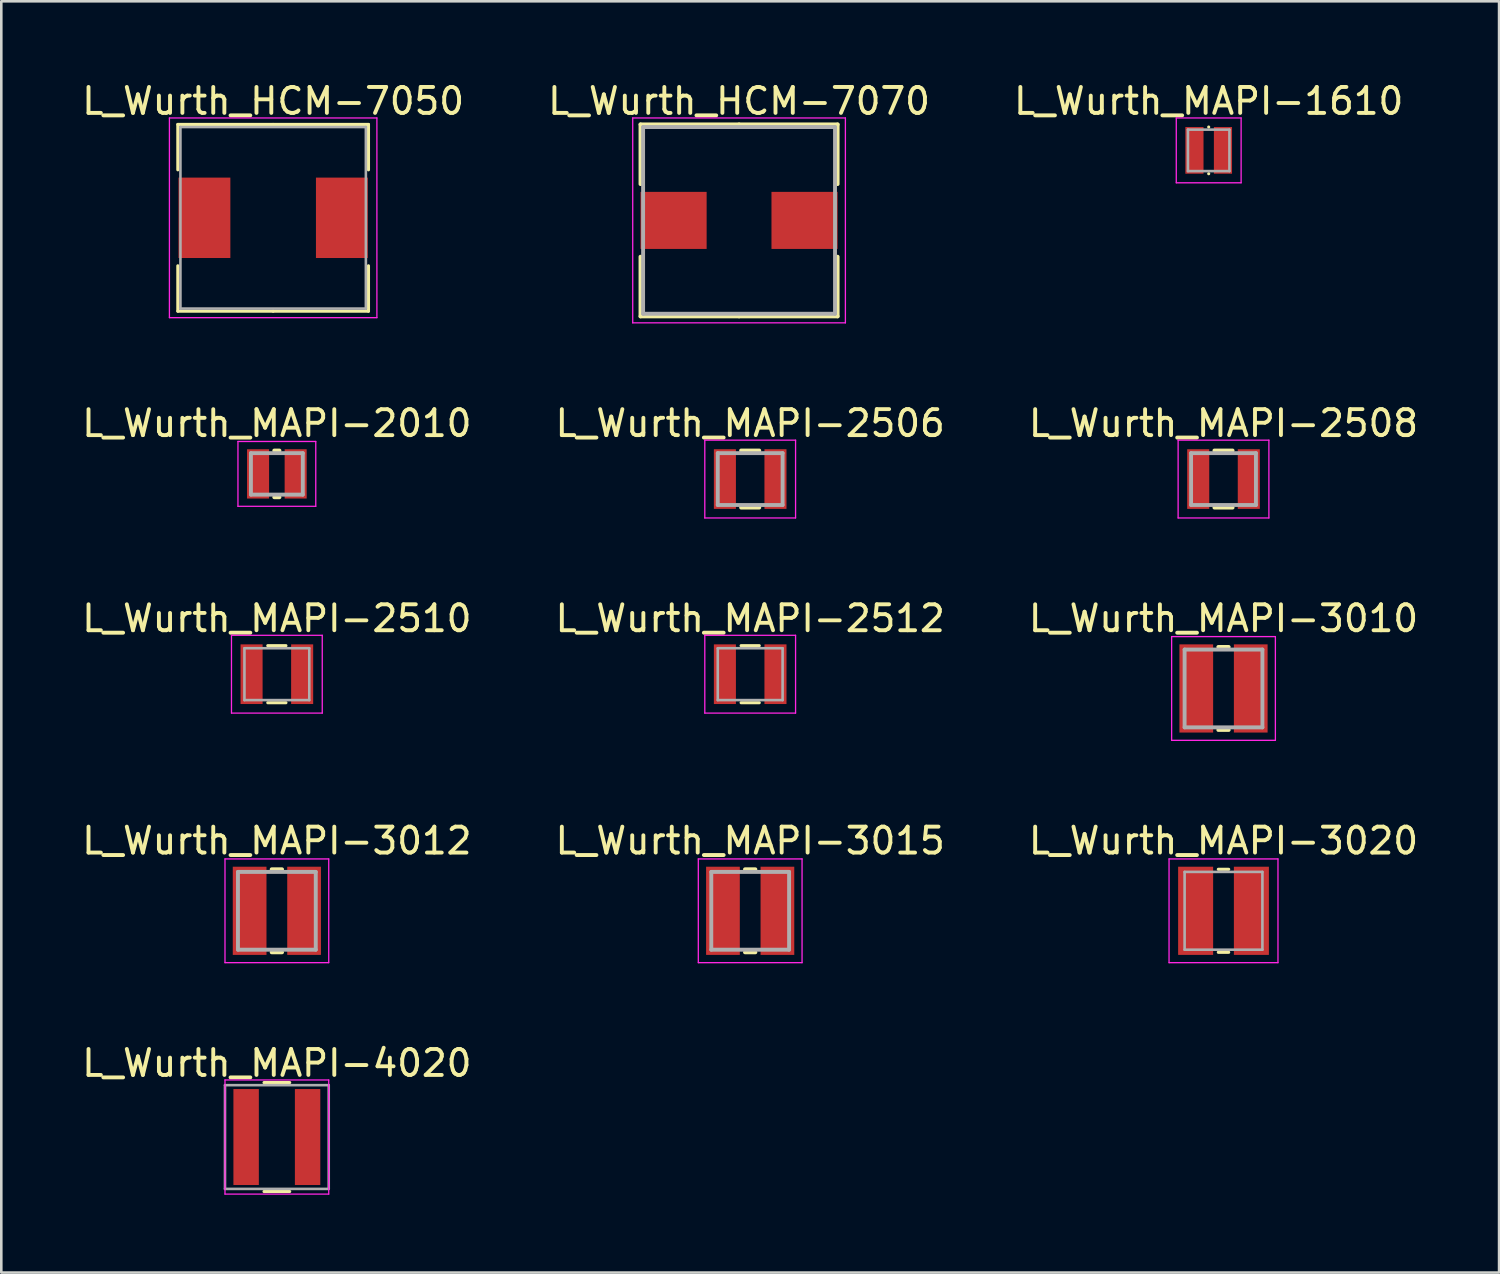
<source format=kicad_pcb>
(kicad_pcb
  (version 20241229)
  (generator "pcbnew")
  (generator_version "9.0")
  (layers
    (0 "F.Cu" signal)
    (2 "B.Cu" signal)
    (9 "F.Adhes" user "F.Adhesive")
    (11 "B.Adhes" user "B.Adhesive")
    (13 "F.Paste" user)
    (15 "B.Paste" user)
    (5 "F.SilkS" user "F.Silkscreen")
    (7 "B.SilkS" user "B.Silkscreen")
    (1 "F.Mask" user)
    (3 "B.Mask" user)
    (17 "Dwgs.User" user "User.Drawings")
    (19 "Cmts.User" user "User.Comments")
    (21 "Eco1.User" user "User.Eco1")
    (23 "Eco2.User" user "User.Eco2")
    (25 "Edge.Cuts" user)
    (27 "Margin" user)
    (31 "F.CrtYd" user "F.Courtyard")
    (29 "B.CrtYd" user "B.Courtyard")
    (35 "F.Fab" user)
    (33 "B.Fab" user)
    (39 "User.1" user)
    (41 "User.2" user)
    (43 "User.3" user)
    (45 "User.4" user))
  (footprint "L_Wurth_MAPI-2512"
    (layer "F.Cu")
    (at 25.875 22.945)
    (property "Reference" "L_Wurth_MAPI-2512" (at 0 -2.15 0) (layer "F.SilkS") (effects (font (size 1 1) (thickness 0.15))))
    (attr smd)
    (fp_line (start -0.35 -1.1) (end 0.35 -1.1) (stroke (width 0.12) (type solid)) (layer "F.SilkS"))
    (fp_line (start -0.35 1.1) (end 0.35 1.1) (stroke (width 0.12) (type solid)) (layer "F.SilkS"))
    (fp_line (start -1.75 -1.5) (end -1.75 1.5) (stroke (width 0.05) (type solid)) (layer "F.CrtYd"))
    (fp_line (start -1.75 1.5) (end 1.75 1.5) (stroke (width 0.05) (type solid)) (layer "F.CrtYd"))
    (fp_line (start 1.75 -1.5) (end -1.75 -1.5) (stroke (width 0.05) (type solid)) (layer "F.CrtYd"))
    (fp_line (start 1.75 1.5) (end 1.75 -1.5) (stroke (width 0.05) (type solid)) (layer "F.CrtYd"))
    (fp_line (start -1.25 -1) (end -1.25 1) (stroke (width 0.1) (type solid)) (layer "F.Fab"))
    (fp_line (start -1.25 1) (end 1.25 1) (stroke (width 0.1) (type solid)) (layer "F.Fab"))
    (fp_line (start 1.25 -1) (end -1.25 -1) (stroke (width 0.1) (type solid)) (layer "F.Fab"))
    (fp_line (start 1.25 1) (end 1.25 -1) (stroke (width 0.1) (type solid)) (layer "F.Fab"))
    (pad "1" smd rect (at -0.975 0) (size 0.85 2.3) (layers "F.Cu" "F.Mask" "F.Paste"))
    (pad "2" smd rect (at 0.975 0) (size 0.85 2.3) (layers "F.Cu" "F.Mask" "F.Paste")))
  (footprint "L_Wurth_MAPI-1610"
    (layer "F.Cu")
    (at 43.554 2.748)
    (property "Reference" "L_Wurth_MAPI-1610" (at 0 -1.9 0) (layer "F.SilkS") (effects (font (size 1 1) (thickness 0.15))))
    (attr smd)
    (fp_line (start 0 -0.9) (end 0 -0.9) (stroke (width 0.12) (type solid)) (layer "F.SilkS"))
    (fp_line (start 0 0.9) (end 0 0.9) (stroke (width 0.12) (type solid)) (layer "F.SilkS"))
    (fp_line (start -1.25 -1.25) (end -1.25 1.25) (stroke (width 0.05) (type solid)) (layer "F.CrtYd"))
    (fp_line (start -1.25 1.25) (end 1.25 1.25) (stroke (width 0.05) (type solid)) (layer "F.CrtYd"))
    (fp_line (start 1.25 -1.25) (end -1.25 -1.25) (stroke (width 0.05) (type solid)) (layer "F.CrtYd"))
    (fp_line (start 1.25 1.25) (end 1.25 -1.25) (stroke (width 0.05) (type solid)) (layer "F.CrtYd"))
    (fp_line (start -0.8 -0.8) (end -0.8 0.8) (stroke (width 0.1) (type solid)) (layer "F.Fab"))
    (fp_line (start -0.8 0.8) (end 0.8 0.8) (stroke (width 0.1) (type solid)) (layer "F.Fab"))
    (fp_line (start 0.8 -0.8) (end -0.8 -0.8) (stroke (width 0.1) (type solid)) (layer "F.Fab"))
    (fp_line (start 0.8 0.8) (end 0.8 -0.8) (stroke (width 0.1) (type solid)) (layer "F.Fab"))
    (pad "1" smd rect (at -0.55 0) (size 0.7 1.8) (layers "F.Cu" "F.Mask" "F.Paste"))
    (pad "2" smd rect (at 0.55 0) (size 0.7 1.8) (layers "F.Cu" "F.Mask" "F.Paste")))
  (footprint "L_Wurth_MAPI-3012"
    (layer "F.Cu")
    (at 7.625 32.068)
    (property "Reference" "L_Wurth_MAPI-3012" (at 0 -2.7 0) (layer "F.SilkS") (effects (font (size 1 1) (thickness 0.15))))
    (attr smd)
    (fp_line (start -0.2 -1.6) (end 0.2 -1.6) (stroke (width 0.15) (type solid)) (layer "F.SilkS"))
    (fp_line (start -0.2 1.6) (end 0.2 1.6) (stroke (width 0.15) (type solid)) (layer "F.SilkS"))
    (fp_line (start -2 -2) (end -2 2) (stroke (width 0.05) (type solid)) (layer "F.CrtYd"))
    (fp_line (start -2 2) (end 2 2) (stroke (width 0.05) (type solid)) (layer "F.CrtYd"))
    (fp_line (start 2 -2) (end -2 -2) (stroke (width 0.05) (type solid)) (layer "F.CrtYd"))
    (fp_line (start 2 2) (end 2 -2) (stroke (width 0.05) (type solid)) (layer "F.CrtYd"))
    (fp_line (start -1.5 -1.5) (end -1.5 1.5) (stroke (width 0.15) (type solid)) (layer "F.Fab"))
    (fp_line (start -1.5 1.5) (end 1.5 1.5) (stroke (width 0.15) (type solid)) (layer "F.Fab"))
    (fp_line (start 1.5 -1.5) (end -1.5 -1.5) (stroke (width 0.15) (type solid)) (layer "F.Fab"))
    (fp_line (start 1.5 1.5) (end 1.5 -1.5) (stroke (width 0.15) (type solid)) (layer "F.Fab"))
    (pad "1" smd rect (at -1.05 0) (size 1.3 3.4) (layers "F.Cu" "F.Mask" "F.Paste"))
    (pad "2" smd rect (at 1.05 0) (size 1.3 3.4) (layers "F.Cu" "F.Mask" "F.Paste")))
  (footprint "L_Wurth_MAPI-2010"
    (layer "F.Cu")
    (at 7.625 15.222)
    (property "Reference" "L_Wurth_MAPI-2010" (at 0 -1.95 0) (layer "F.SilkS") (effects (font (size 1 1) (thickness 0.15))))
    (attr smd)
    (fp_line (start -0.1 -0.9) (end 0.1 -0.9) (stroke (width 0.15) (type solid)) (layer "F.SilkS"))
    (fp_line (start -0.1 0.9) (end 0.1 0.9) (stroke (width 0.15) (type solid)) (layer "F.SilkS"))
    (fp_line (start -1.5 -1.25) (end -1.5 1.25) (stroke (width 0.05) (type solid)) (layer "F.CrtYd"))
    (fp_line (start -1.5 1.25) (end 1.5 1.25) (stroke (width 0.05) (type solid)) (layer "F.CrtYd"))
    (fp_line (start 1.5 -1.25) (end -1.5 -1.25) (stroke (width 0.05) (type solid)) (layer "F.CrtYd"))
    (fp_line (start 1.5 1.25) (end 1.5 -1.25) (stroke (width 0.05) (type solid)) (layer "F.CrtYd"))
    (fp_line (start -1 -0.8) (end -1 0.8) (stroke (width 0.15) (type solid)) (layer "F.Fab"))
    (fp_line (start -1 0.8) (end 1 0.8) (stroke (width 0.15) (type solid)) (layer "F.Fab"))
    (fp_line (start 1 -0.8) (end -1 -0.8) (stroke (width 0.15) (type solid)) (layer "F.Fab"))
    (fp_line (start 1 0.8) (end 1 -0.8) (stroke (width 0.15) (type solid)) (layer "F.Fab"))
    (pad "1" smd rect (at -0.725 0) (size 0.85 1.9) (layers "F.Cu" "F.Mask" "F.Paste"))
    (pad "2" smd rect (at 0.725 0) (size 0.85 1.9) (layers "F.Cu" "F.Mask" "F.Paste")))
  (footprint "L_Wurth_MAPI-2506"
    (layer "F.Cu")
    (at 25.875 15.421)
    (property "Reference" "L_Wurth_MAPI-2506" (at 0 -2.15 0) (layer "F.SilkS") (effects (font (size 1 1) (thickness 0.15))))
    (attr smd)
    (fp_line (start -0.35 -1.1) (end 0.35 -1.1) (stroke (width 0.15) (type solid)) (layer "F.SilkS"))
    (fp_line (start -0.35 1.1) (end 0.35 1.1) (stroke (width 0.15) (type solid)) (layer "F.SilkS"))
    (fp_line (start -1.75 -1.5) (end -1.75 1.5) (stroke (width 0.05) (type solid)) (layer "F.CrtYd"))
    (fp_line (start -1.75 1.5) (end 1.75 1.5) (stroke (width 0.05) (type solid)) (layer "F.CrtYd"))
    (fp_line (start 1.75 -1.5) (end -1.75 -1.5) (stroke (width 0.05) (type solid)) (layer "F.CrtYd"))
    (fp_line (start 1.75 1.5) (end 1.75 -1.5) (stroke (width 0.05) (type solid)) (layer "F.CrtYd"))
    (fp_line (start -1.25 -1) (end -1.25 1) (stroke (width 0.15) (type solid)) (layer "F.Fab"))
    (fp_line (start -1.25 1) (end 1.25 1) (stroke (width 0.15) (type solid)) (layer "F.Fab"))
    (fp_line (start 1.25 -1) (end -1.25 -1) (stroke (width 0.15) (type solid)) (layer "F.Fab"))
    (fp_line (start 1.25 1) (end 1.25 -1) (stroke (width 0.15) (type solid)) (layer "F.Fab"))
    (pad "1" smd rect (at -0.975 0) (size 0.85 2.3) (layers "F.Cu" "F.Mask" "F.Paste"))
    (pad "2" smd rect (at 0.975 0) (size 0.85 2.3) (layers "F.Cu" "F.Mask" "F.Paste")))
  (footprint "L_Wurth_MAPI-3010"
    (layer "F.Cu")
    (at 44.125 23.495)
    (property "Reference" "L_Wurth_MAPI-3010" (at 0 -2.7 0) (layer "F.SilkS") (effects (font (size 1 1) (thickness 0.15))))
    (attr smd)
    (fp_line (start -0.2 -1.6) (end 0.2 -1.6) (stroke (width 0.15) (type solid)) (layer "F.SilkS"))
    (fp_line (start -0.2 1.6) (end 0.2 1.6) (stroke (width 0.15) (type solid)) (layer "F.SilkS"))
    (fp_line (start -2 -2) (end -2 2) (stroke (width 0.05) (type solid)) (layer "F.CrtYd"))
    (fp_line (start -2 2) (end 2 2) (stroke (width 0.05) (type solid)) (layer "F.CrtYd"))
    (fp_line (start 2 -2) (end -2 -2) (stroke (width 0.05) (type solid)) (layer "F.CrtYd"))
    (fp_line (start 2 2) (end 2 -2) (stroke (width 0.05) (type solid)) (layer "F.CrtYd"))
    (fp_line (start -1.5 -1.5) (end -1.5 1.5) (stroke (width 0.15) (type solid)) (layer "F.Fab"))
    (fp_line (start -1.5 1.5) (end 1.5 1.5) (stroke (width 0.15) (type solid)) (layer "F.Fab"))
    (fp_line (start 1.5 -1.5) (end -1.5 -1.5) (stroke (width 0.15) (type solid)) (layer "F.Fab"))
    (fp_line (start 1.5 1.5) (end 1.5 -1.5) (stroke (width 0.15) (type solid)) (layer "F.Fab"))
    (pad "1" smd rect (at -1.05 0) (size 1.3 3.4) (layers "F.Cu" "F.Mask" "F.Paste"))
    (pad "2" smd rect (at 1.05 0) (size 1.3 3.4) (layers "F.Cu" "F.Mask" "F.Paste")))
  (footprint "L_Wurth_HCM-7050"
    (layer "F.Cu")
    (at 7.482 5.348)
    (property "Reference" "L_Wurth_HCM-7050" (at 0 -4.5 0) (layer "F.SilkS") (effects (font (size 1 1) (thickness 0.15))))
    (attr smd)
    (fp_line (start -3.675 -3.6) (end 0 -3.6) (stroke (width 0.12) (type solid)) (layer "F.SilkS"))
    (fp_line (start -3.675 -1.85) (end -3.675 -3.6) (stroke (width 0.12) (type solid)) (layer "F.SilkS"))
    (fp_line (start -3.675 1.85) (end -3.675 3.6) (stroke (width 0.12) (type solid)) (layer "F.SilkS"))
    (fp_line (start -3.675 3.6) (end 0 3.6) (stroke (width 0.12) (type solid)) (layer "F.SilkS"))
    (fp_line (start 3.675 -3.6) (end 0 -3.6) (stroke (width 0.12) (type solid)) (layer "F.SilkS"))
    (fp_line (start 3.675 -1.85) (end 3.675 -3.6) (stroke (width 0.12) (type solid)) (layer "F.SilkS"))
    (fp_line (start 3.675 1.85) (end 3.675 3.6) (stroke (width 0.12) (type solid)) (layer "F.SilkS"))
    (fp_line (start 3.675 3.6) (end 0 3.6) (stroke (width 0.12) (type solid)) (layer "F.SilkS"))
    (fp_line (start -4 -3.85) (end -4 3.85) (stroke (width 0.05) (type solid)) (layer "F.CrtYd"))
    (fp_line (start -4 3.85) (end 4 3.85) (stroke (width 0.05) (type solid)) (layer "F.CrtYd"))
    (fp_line (start 4 -3.85) (end -4 -3.85) (stroke (width 0.05) (type solid)) (layer "F.CrtYd"))
    (fp_line (start 4 3.85) (end 4 -3.85) (stroke (width 0.05) (type solid)) (layer "F.CrtYd"))
    (fp_line (start -3.575 -3.5) (end -3.575 3.5) (stroke (width 0.1) (type solid)) (layer "F.Fab"))
    (fp_line (start -3.575 3.5) (end 3.575 3.5) (stroke (width 0.1) (type solid)) (layer "F.Fab"))
    (fp_line (start 3.575 -3.5) (end -3.575 -3.5) (stroke (width 0.1) (type solid)) (layer "F.Fab"))
    (fp_line (start 3.575 3.5) (end 3.575 -3.5) (stroke (width 0.1) (type solid)) (layer "F.Fab"))
    (pad "1" smd rect (at -2.65 0) (size 2 3.1) (layers "F.Cu" "F.Mask" "F.Paste"))
    (pad "2" smd rect (at 2.65 0) (size 2 3.1) (layers "F.Cu" "F.Mask" "F.Paste")))
  (footprint "L_Wurth_MAPI-2508"
    (layer "F.Cu")
    (at 44.125 15.421)
    (property "Reference" "L_Wurth_MAPI-2508" (at 0 -2.15 0) (layer "F.SilkS") (effects (font (size 1 1) (thickness 0.15))))
    (attr smd)
    (fp_line (start -0.35 -1.1) (end 0.35 -1.1) (stroke (width 0.15) (type solid)) (layer "F.SilkS"))
    (fp_line (start -0.35 1.1) (end 0.35 1.1) (stroke (width 0.15) (type solid)) (layer "F.SilkS"))
    (fp_line (start -1.75 -1.5) (end -1.75 1.5) (stroke (width 0.05) (type solid)) (layer "F.CrtYd"))
    (fp_line (start -1.75 1.5) (end 1.75 1.5) (stroke (width 0.05) (type solid)) (layer "F.CrtYd"))
    (fp_line (start 1.75 -1.5) (end -1.75 -1.5) (stroke (width 0.05) (type solid)) (layer "F.CrtYd"))
    (fp_line (start 1.75 1.5) (end 1.75 -1.5) (stroke (width 0.05) (type solid)) (layer "F.CrtYd"))
    (fp_line (start -1.25 -1) (end -1.25 1) (stroke (width 0.15) (type solid)) (layer "F.Fab"))
    (fp_line (start -1.25 1) (end 1.25 1) (stroke (width 0.15) (type solid)) (layer "F.Fab"))
    (fp_line (start 1.25 -1) (end -1.25 -1) (stroke (width 0.15) (type solid)) (layer "F.Fab"))
    (fp_line (start 1.25 1) (end 1.25 -1) (stroke (width 0.15) (type solid)) (layer "F.Fab"))
    (pad "1" smd rect (at -0.975 0) (size 0.85 2.3) (layers "F.Cu" "F.Mask" "F.Paste"))
    (pad "2" smd rect (at 0.975 0) (size 0.85 2.3) (layers "F.Cu" "F.Mask" "F.Paste")))
  (footprint "L_Wurth_MAPI-4020"
    (layer "F.Cu")
    (at 7.625 40.791)
    (property "Reference" "L_Wurth_MAPI-4020" (at 0 -2.85 0) (layer "F.SilkS") (effects (font (size 1 1) (thickness 0.15))))
    (attr smd)
    (fp_line (start -0.495 -2.1) (end 0.495 -2.1) (stroke (width 0.12) (type solid)) (layer "F.SilkS"))
    (fp_line (start -0.495 2.1) (end 0.495 2.1) (stroke (width 0.12) (type solid)) (layer "F.SilkS"))
    (fp_line (start -2 -2.2) (end -2 2.2) (stroke (width 0.05) (type solid)) (layer "F.CrtYd"))
    (fp_line (start -2 2.2) (end 2 2.2) (stroke (width 0.05) (type solid)) (layer "F.CrtYd"))
    (fp_line (start 2 -2.2) (end -2 -2.2) (stroke (width 0.05) (type solid)) (layer "F.CrtYd"))
    (fp_line (start 2 2.2) (end 2 -2.2) (stroke (width 0.05) (type solid)) (layer "F.CrtYd"))
    (fp_line (start -2 -2) (end -2 2) (stroke (width 0.1) (type solid)) (layer "F.Fab"))
    (fp_line (start -2 2) (end 2 2) (stroke (width 0.1) (type solid)) (layer "F.Fab"))
    (fp_line (start 2 -2) (end -2 -2) (stroke (width 0.1) (type solid)) (layer "F.Fab"))
    (fp_line (start 2 2) (end 2 -2) (stroke (width 0.1) (type solid)) (layer "F.Fab"))
    (pad "1" smd rect (at -1.185 0) (size 0.98 3.7) (layers "F.Cu" "F.Mask" "F.Paste"))
    (pad "2" smd rect (at 1.185 0) (size 0.98 3.7) (layers "F.Cu" "F.Mask" "F.Paste")))
  (footprint "L_Wurth_MAPI-3020"
    (layer "F.Cu")
    (at 44.125 32.068)
    (property "Reference" "L_Wurth_MAPI-3020" (at 0 -2.7 0) (layer "F.SilkS") (effects (font (size 1 1) (thickness 0.15))))
    (attr smd)
    (fp_line (start -0.2 -1.6) (end 0.2 -1.6) (stroke (width 0.12) (type solid)) (layer "F.SilkS"))
    (fp_line (start -0.2 1.6) (end 0.2 1.6) (stroke (width 0.12) (type solid)) (layer "F.SilkS"))
    (fp_line (start -2.1 -2) (end -2.1 2) (stroke (width 0.05) (type solid)) (layer "F.CrtYd"))
    (fp_line (start -2.1 2) (end 2.1 2) (stroke (width 0.05) (type solid)) (layer "F.CrtYd"))
    (fp_line (start 2.1 -2) (end -2.1 -2) (stroke (width 0.05) (type solid)) (layer "F.CrtYd"))
    (fp_line (start 2.1 2) (end 2.1 -2) (stroke (width 0.05) (type solid)) (layer "F.CrtYd"))
    (fp_line (start -1.5 -1.5) (end -1.5 1.5) (stroke (width 0.1) (type solid)) (layer "F.Fab"))
    (fp_line (start -1.5 1.5) (end 1.5 1.5) (stroke (width 0.1) (type solid)) (layer "F.Fab"))
    (fp_line (start 1.5 -1.5) (end -1.5 -1.5) (stroke (width 0.1) (type solid)) (layer "F.Fab"))
    (fp_line (start 1.5 1.5) (end 1.5 -1.5) (stroke (width 0.1) (type solid)) (layer "F.Fab"))
    (pad "1" smd rect (at -1.075 0) (size 1.35 3.4) (layers "F.Cu" "F.Mask" "F.Paste"))
    (pad "2" smd rect (at 1.075 0) (size 1.35 3.4) (layers "F.Cu" "F.Mask" "F.Paste")))
  (footprint "L_Wurth_MAPI-2510"
    (layer "F.Cu")
    (at 7.625 22.945)
    (property "Reference" "L_Wurth_MAPI-2510" (at 0 -2.15 0) (layer "F.SilkS") (effects (font (size 1 1) (thickness 0.15))))
    (attr smd)
    (fp_line (start -0.35 -1.1) (end 0.35 -1.1) (stroke (width 0.12) (type solid)) (layer "F.SilkS"))
    (fp_line (start -0.35 1.1) (end 0.35 1.1) (stroke (width 0.12) (type solid)) (layer "F.SilkS"))
    (fp_line (start -1.75 -1.5) (end -1.75 1.5) (stroke (width 0.05) (type solid)) (layer "F.CrtYd"))
    (fp_line (start -1.75 1.5) (end 1.75 1.5) (stroke (width 0.05) (type solid)) (layer "F.CrtYd"))
    (fp_line (start 1.75 -1.5) (end -1.75 -1.5) (stroke (width 0.05) (type solid)) (layer "F.CrtYd"))
    (fp_line (start 1.75 1.5) (end 1.75 -1.5) (stroke (width 0.05) (type solid)) (layer "F.CrtYd"))
    (fp_line (start -1.25 -1) (end -1.25 1) (stroke (width 0.1) (type solid)) (layer "F.Fab"))
    (fp_line (start -1.25 1) (end 1.25 1) (stroke (width 0.1) (type solid)) (layer "F.Fab"))
    (fp_line (start 1.25 -1) (end -1.25 -1) (stroke (width 0.1) (type solid)) (layer "F.Fab"))
    (fp_line (start 1.25 1) (end 1.25 -1) (stroke (width 0.1) (type solid)) (layer "F.Fab"))
    (pad "1" smd rect (at -0.975 0) (size 0.85 2.3) (layers "F.Cu" "F.Mask" "F.Paste"))
    (pad "2" smd rect (at 0.975 0) (size 0.85 2.3) (layers "F.Cu" "F.Mask" "F.Paste")))
  (footprint "L_Wurth_MAPI-3015"
    (layer "F.Cu")
    (at 25.875 32.068)
    (property "Reference" "L_Wurth_MAPI-3015" (at 0 -2.7 0) (layer "F.SilkS") (effects (font (size 1 1) (thickness 0.15))))
    (attr smd)
    (fp_line (start -0.2 -1.6) (end 0.2 -1.6) (stroke (width 0.15) (type solid)) (layer "F.SilkS"))
    (fp_line (start -0.2 1.6) (end 0.2 1.6) (stroke (width 0.15) (type solid)) (layer "F.SilkS"))
    (fp_line (start -2 -2) (end -2 2) (stroke (width 0.05) (type solid)) (layer "F.CrtYd"))
    (fp_line (start -2 2) (end 2 2) (stroke (width 0.05) (type solid)) (layer "F.CrtYd"))
    (fp_line (start 2 -2) (end -2 -2) (stroke (width 0.05) (type solid)) (layer "F.CrtYd"))
    (fp_line (start 2 2) (end 2 -2) (stroke (width 0.05) (type solid)) (layer "F.CrtYd"))
    (fp_line (start -1.5 -1.5) (end -1.5 1.5) (stroke (width 0.15) (type solid)) (layer "F.Fab"))
    (fp_line (start -1.5 1.5) (end 1.5 1.5) (stroke (width 0.15) (type solid)) (layer "F.Fab"))
    (fp_line (start 1.5 -1.5) (end -1.5 -1.5) (stroke (width 0.15) (type solid)) (layer "F.Fab"))
    (fp_line (start 1.5 1.5) (end 1.5 -1.5) (stroke (width 0.15) (type solid)) (layer "F.Fab"))
    (pad "1" smd rect (at -1.05 0) (size 1.3 3.4) (layers "F.Cu" "F.Mask" "F.Paste"))
    (pad "2" smd rect (at 1.05 0) (size 1.3 3.4) (layers "F.Cu" "F.Mask" "F.Paste")))
  (footprint "L_Wurth_HCM-7070"
    (layer "F.Cu")
    (at 25.446 5.448)
    (property "Reference" "L_Wurth_HCM-7070" (at 0 -4.6 0) (layer "F.SilkS") (effects (font (size 1 1) (thickness 0.15))))
    (attr smd)
    (fp_line (start -3.8 -3.7) (end 0 -3.7) (stroke (width 0.15) (type solid)) (layer "F.SilkS"))
    (fp_line (start -3.8 -1.4) (end -3.8 -3.7) (stroke (width 0.15) (type solid)) (layer "F.SilkS"))
    (fp_line (start -3.8 1.4) (end -3.8 3.7) (stroke (width 0.15) (type solid)) (layer "F.SilkS"))
    (fp_line (start -3.8 3.7) (end 0 3.7) (stroke (width 0.15) (type solid)) (layer "F.SilkS"))
    (fp_line (start 3.8 -3.7) (end 0 -3.7) (stroke (width 0.15) (type solid)) (layer "F.SilkS"))
    (fp_line (start 3.8 -1.4) (end 3.8 -3.7) (stroke (width 0.15) (type solid)) (layer "F.SilkS"))
    (fp_line (start 3.8 1.4) (end 3.8 3.7) (stroke (width 0.15) (type solid)) (layer "F.SilkS"))
    (fp_line (start 3.8 3.7) (end 0 3.7) (stroke (width 0.15) (type solid)) (layer "F.SilkS"))
    (fp_line (start -4.1 -3.95) (end -4.1 3.95) (stroke (width 0.05) (type solid)) (layer "F.CrtYd"))
    (fp_line (start -4.1 3.95) (end 4.1 3.95) (stroke (width 0.05) (type solid)) (layer "F.CrtYd"))
    (fp_line (start 4.1 -3.95) (end -4.1 -3.95) (stroke (width 0.05) (type solid)) (layer "F.CrtYd"))
    (fp_line (start 4.1 3.95) (end 4.1 -3.95) (stroke (width 0.05) (type solid)) (layer "F.CrtYd"))
    (fp_line (start -3.7 -3.6) (end -3.7 3.6) (stroke (width 0.15) (type solid)) (layer "F.Fab"))
    (fp_line (start -3.7 3.6) (end 3.7 3.6) (stroke (width 0.15) (type solid)) (layer "F.Fab"))
    (fp_line (start 3.7 -3.6) (end -3.7 -3.6) (stroke (width 0.15) (type solid)) (layer "F.Fab"))
    (fp_line (start 3.7 3.6) (end 3.7 -3.6) (stroke (width 0.15) (type solid)) (layer "F.Fab"))
    (pad "1" smd rect (at -2.525 0) (size 2.55 2.2) (layers "F.Cu" "F.Mask" "F.Paste"))
    (pad "2" smd rect (at 2.525 0) (size 2.55 2.2) (layers "F.Cu" "F.Mask" "F.Paste")))
  (gr_rect
    (start -3 -3)
    (end 54.75 46.016)
    (stroke (width 0.1) (type default))
    (fill no)
    (layer "Edge.Cuts")))
</source>
